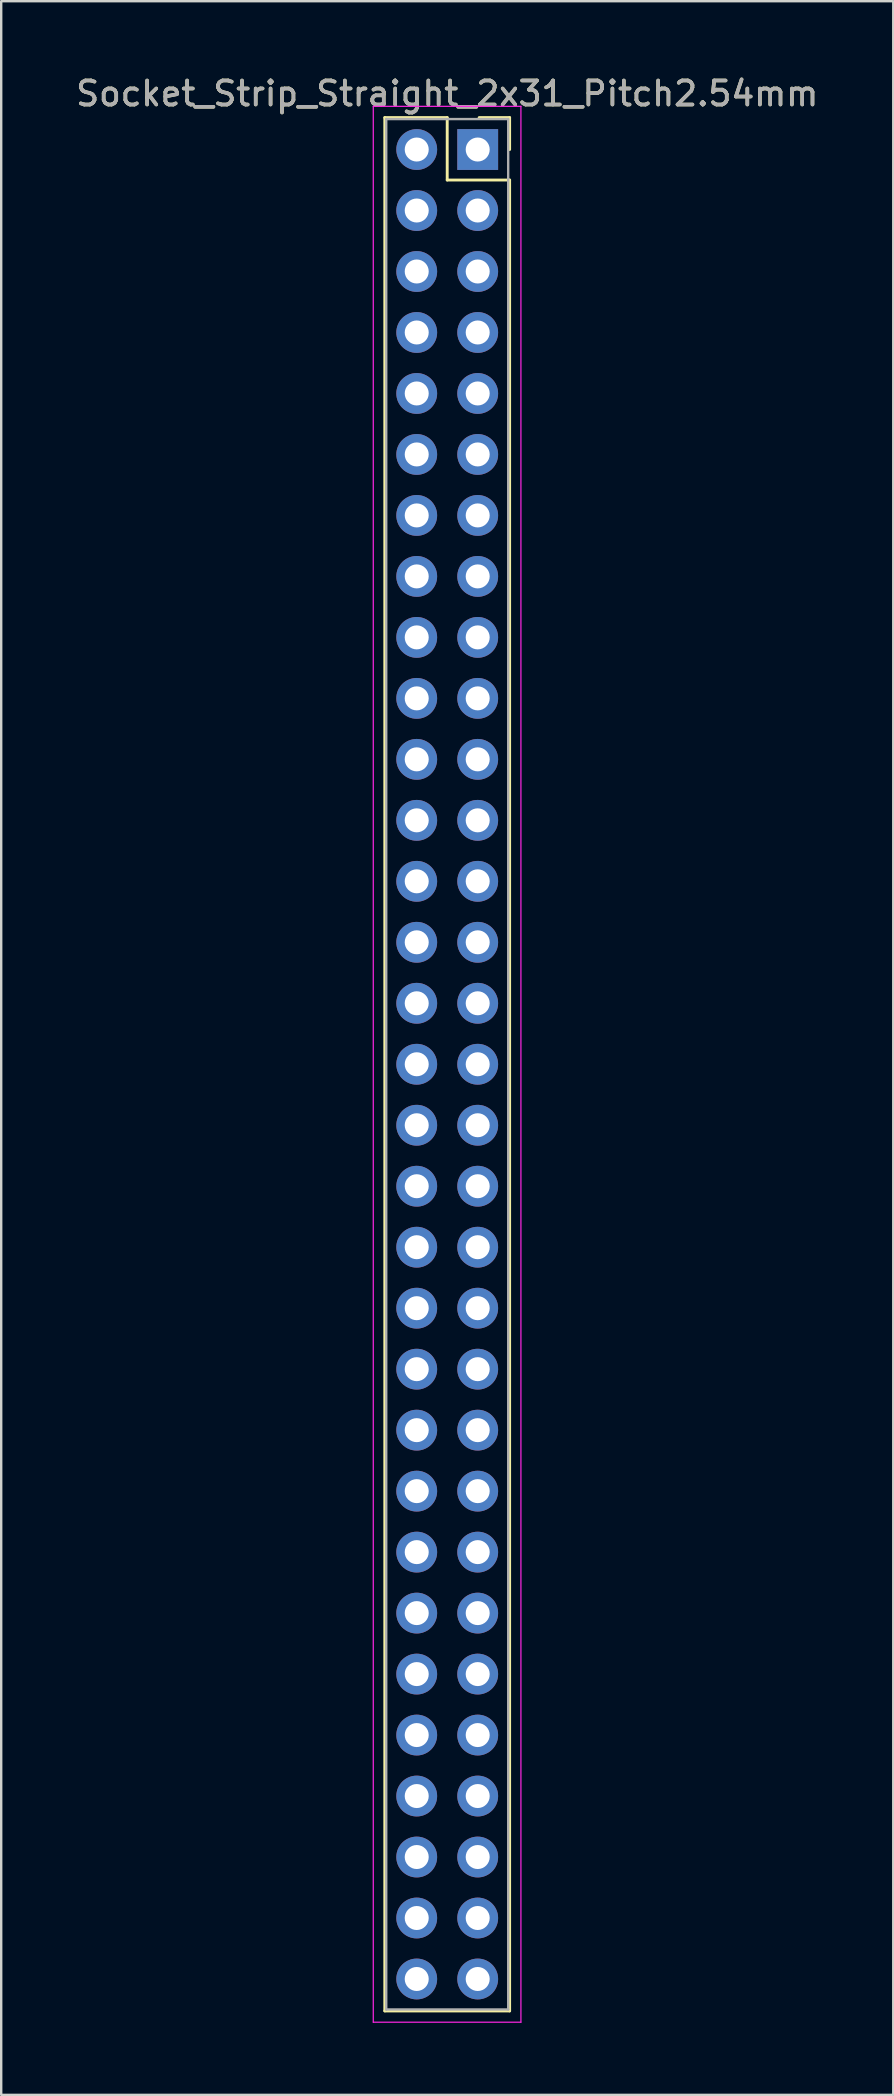
<source format=kicad_pcb>
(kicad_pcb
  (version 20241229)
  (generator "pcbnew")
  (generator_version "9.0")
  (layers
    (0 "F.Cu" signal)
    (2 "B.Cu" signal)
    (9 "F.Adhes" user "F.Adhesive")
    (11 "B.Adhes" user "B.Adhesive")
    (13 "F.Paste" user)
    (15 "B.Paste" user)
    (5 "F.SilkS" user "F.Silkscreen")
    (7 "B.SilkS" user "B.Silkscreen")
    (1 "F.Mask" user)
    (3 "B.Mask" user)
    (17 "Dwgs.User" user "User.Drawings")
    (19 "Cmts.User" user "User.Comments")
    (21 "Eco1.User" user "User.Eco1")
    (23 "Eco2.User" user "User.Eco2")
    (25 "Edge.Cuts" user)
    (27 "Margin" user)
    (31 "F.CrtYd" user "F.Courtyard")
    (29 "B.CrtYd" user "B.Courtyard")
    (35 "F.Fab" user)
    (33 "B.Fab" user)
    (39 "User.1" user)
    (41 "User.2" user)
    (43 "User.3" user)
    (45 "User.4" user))
  (footprint "Socket_Strip_Straight_2x31_Pitch2.54mm"
    (layer "F.Cu")
    (at 16.847 3.178)
    (property "Reference" "Socket_Strip_Straight_2x31_Pitch2.54mm" (at -1.27 -2.33 0) (layer "F.SilkS") (effects (font (size 1 1) (thickness 0.15))))
    (attr through_hole)
    (fp_line (start -3.87 -1.33) (end -1.27 -1.33) (stroke (width 0.12) (type solid)) (layer "F.SilkS"))
    (fp_line (start -3.87 77.53) (end -3.87 -1.33) (stroke (width 0.12) (type solid)) (layer "F.SilkS"))
    (fp_line (start -1.27 -1.33) (end -1.27 1.27) (stroke (width 0.12) (type solid)) (layer "F.SilkS"))
    (fp_line (start -1.27 1.27) (end 1.33 1.27) (stroke (width 0.12) (type solid)) (layer "F.SilkS"))
    (fp_line (start 1.33 -1.33) (end 0.06 -1.33) (stroke (width 0.12) (type solid)) (layer "F.SilkS"))
    (fp_line (start 1.33 0) (end 1.33 -1.33) (stroke (width 0.12) (type solid)) (layer "F.SilkS"))
    (fp_line (start 1.33 1.27) (end 1.33 77.53) (stroke (width 0.12) (type solid)) (layer "F.SilkS"))
    (fp_line (start 1.33 77.53) (end -3.87 77.53) (stroke (width 0.12) (type solid)) (layer "F.SilkS"))
    (fp_line (start -4.35 -1.8) (end -4.35 78) (stroke (width 0.05) (type solid)) (layer "F.CrtYd"))
    (fp_line (start -4.35 78) (end 1.8 78) (stroke (width 0.05) (type solid)) (layer "F.CrtYd"))
    (fp_line (start 1.8 -1.8) (end -4.35 -1.8) (stroke (width 0.05) (type solid)) (layer "F.CrtYd"))
    (fp_line (start 1.8 78) (end 1.8 -1.8) (stroke (width 0.05) (type solid)) (layer "F.CrtYd"))
    (fp_line (start -3.81 -1.27) (end -3.81 77.47) (stroke (width 0.1) (type solid)) (layer "F.Fab"))
    (fp_line (start -3.81 77.47) (end 1.27 77.47) (stroke (width 0.1) (type solid)) (layer "F.Fab"))
    (fp_line (start 1.27 -1.27) (end -3.81 -1.27) (stroke (width 0.1) (type solid)) (layer "F.Fab"))
    (fp_line (start 1.27 77.47) (end 1.27 -1.27) (stroke (width 0.1) (type solid)) (layer "F.Fab"))
    (fp_text user "${REFERENCE}" (at -1.27 -2.33 0) (layer "F.Fab") (effects (font (size 1 1) (thickness 0.15))))
    (pad "1" thru_hole rect (at 0 0) (size 1.7 1.7) (drill 1) (layers "*.Cu" "*.Mask"))
    (pad "2" thru_hole oval (at -2.54 0) (size 1.7 1.7) (drill 1) (layers "*.Cu" "*.Mask"))
    (pad "3" thru_hole oval (at 0 2.54) (size 1.7 1.7) (drill 1) (layers "*.Cu" "*.Mask"))
    (pad "4" thru_hole oval (at -2.54 2.54) (size 1.7 1.7) (drill 1) (layers "*.Cu" "*.Mask"))
    (pad "5" thru_hole oval (at 0 5.08) (size 1.7 1.7) (drill 1) (layers "*.Cu" "*.Mask"))
    (pad "6" thru_hole oval (at -2.54 5.08) (size 1.7 1.7) (drill 1) (layers "*.Cu" "*.Mask"))
    (pad "7" thru_hole oval (at 0 7.62) (size 1.7 1.7) (drill 1) (layers "*.Cu" "*.Mask"))
    (pad "8" thru_hole oval (at -2.54 7.62) (size 1.7 1.7) (drill 1) (layers "*.Cu" "*.Mask"))
    (pad "9" thru_hole oval (at 0 10.16) (size 1.7 1.7) (drill 1) (layers "*.Cu" "*.Mask"))
    (pad "10" thru_hole oval (at -2.54 10.16) (size 1.7 1.7) (drill 1) (layers "*.Cu" "*.Mask"))
    (pad "11" thru_hole oval (at 0 12.7) (size 1.7 1.7) (drill 1) (layers "*.Cu" "*.Mask"))
    (pad "12" thru_hole oval (at -2.54 12.7) (size 1.7 1.7) (drill 1) (layers "*.Cu" "*.Mask"))
    (pad "13" thru_hole oval (at 0 15.24) (size 1.7 1.7) (drill 1) (layers "*.Cu" "*.Mask"))
    (pad "14" thru_hole oval (at -2.54 15.24) (size 1.7 1.7) (drill 1) (layers "*.Cu" "*.Mask"))
    (pad "15" thru_hole oval (at 0 17.78) (size 1.7 1.7) (drill 1) (layers "*.Cu" "*.Mask"))
    (pad "16" thru_hole oval (at -2.54 17.78) (size 1.7 1.7) (drill 1) (layers "*.Cu" "*.Mask"))
    (pad "17" thru_hole oval (at 0 20.32) (size 1.7 1.7) (drill 1) (layers "*.Cu" "*.Mask"))
    (pad "18" thru_hole oval (at -2.54 20.32) (size 1.7 1.7) (drill 1) (layers "*.Cu" "*.Mask"))
    (pad "19" thru_hole oval (at 0 22.86) (size 1.7 1.7) (drill 1) (layers "*.Cu" "*.Mask"))
    (pad "20" thru_hole oval (at -2.54 22.86) (size 1.7 1.7) (drill 1) (layers "*.Cu" "*.Mask"))
    (pad "21" thru_hole oval (at 0 25.4) (size 1.7 1.7) (drill 1) (layers "*.Cu" "*.Mask"))
    (pad "22" thru_hole oval (at -2.54 25.4) (size 1.7 1.7) (drill 1) (layers "*.Cu" "*.Mask"))
    (pad "23" thru_hole oval (at 0 27.94) (size 1.7 1.7) (drill 1) (layers "*.Cu" "*.Mask"))
    (pad "24" thru_hole oval (at -2.54 27.94) (size 1.7 1.7) (drill 1) (layers "*.Cu" "*.Mask"))
    (pad "25" thru_hole oval (at 0 30.48) (size 1.7 1.7) (drill 1) (layers "*.Cu" "*.Mask"))
    (pad "26" thru_hole oval (at -2.54 30.48) (size 1.7 1.7) (drill 1) (layers "*.Cu" "*.Mask"))
    (pad "27" thru_hole oval (at 0 33.02) (size 1.7 1.7) (drill 1) (layers "*.Cu" "*.Mask"))
    (pad "28" thru_hole oval (at -2.54 33.02) (size 1.7 1.7) (drill 1) (layers "*.Cu" "*.Mask"))
    (pad "29" thru_hole oval (at 0 35.56) (size 1.7 1.7) (drill 1) (layers "*.Cu" "*.Mask"))
    (pad "30" thru_hole oval (at -2.54 35.56) (size 1.7 1.7) (drill 1) (layers "*.Cu" "*.Mask"))
    (pad "31" thru_hole oval (at 0 38.1) (size 1.7 1.7) (drill 1) (layers "*.Cu" "*.Mask"))
    (pad "32" thru_hole oval (at -2.54 38.1) (size 1.7 1.7) (drill 1) (layers "*.Cu" "*.Mask"))
    (pad "33" thru_hole oval (at 0 40.64) (size 1.7 1.7) (drill 1) (layers "*.Cu" "*.Mask"))
    (pad "34" thru_hole oval (at -2.54 40.64) (size 1.7 1.7) (drill 1) (layers "*.Cu" "*.Mask"))
    (pad "35" thru_hole oval (at 0 43.18) (size 1.7 1.7) (drill 1) (layers "*.Cu" "*.Mask"))
    (pad "36" thru_hole oval (at -2.54 43.18) (size 1.7 1.7) (drill 1) (layers "*.Cu" "*.Mask"))
    (pad "37" thru_hole oval (at 0 45.72) (size 1.7 1.7) (drill 1) (layers "*.Cu" "*.Mask"))
    (pad "38" thru_hole oval (at -2.54 45.72) (size 1.7 1.7) (drill 1) (layers "*.Cu" "*.Mask"))
    (pad "39" thru_hole oval (at 0 48.26) (size 1.7 1.7) (drill 1) (layers "*.Cu" "*.Mask"))
    (pad "40" thru_hole oval (at -2.54 48.26) (size 1.7 1.7) (drill 1) (layers "*.Cu" "*.Mask"))
    (pad "41" thru_hole oval (at 0 50.8) (size 1.7 1.7) (drill 1) (layers "*.Cu" "*.Mask"))
    (pad "42" thru_hole oval (at -2.54 50.8) (size 1.7 1.7) (drill 1) (layers "*.Cu" "*.Mask"))
    (pad "43" thru_hole oval (at 0 53.34) (size 1.7 1.7) (drill 1) (layers "*.Cu" "*.Mask"))
    (pad "44" thru_hole oval (at -2.54 53.34) (size 1.7 1.7) (drill 1) (layers "*.Cu" "*.Mask"))
    (pad "45" thru_hole oval (at 0 55.88) (size 1.7 1.7) (drill 1) (layers "*.Cu" "*.Mask"))
    (pad "46" thru_hole oval (at -2.54 55.88) (size 1.7 1.7) (drill 1) (layers "*.Cu" "*.Mask"))
    (pad "47" thru_hole oval (at 0 58.42) (size 1.7 1.7) (drill 1) (layers "*.Cu" "*.Mask"))
    (pad "48" thru_hole oval (at -2.54 58.42) (size 1.7 1.7) (drill 1) (layers "*.Cu" "*.Mask"))
    (pad "49" thru_hole oval (at 0 60.96) (size 1.7 1.7) (drill 1) (layers "*.Cu" "*.Mask"))
    (pad "50" thru_hole oval (at -2.54 60.96) (size 1.7 1.7) (drill 1) (layers "*.Cu" "*.Mask"))
    (pad "51" thru_hole oval (at 0 63.5) (size 1.7 1.7) (drill 1) (layers "*.Cu" "*.Mask"))
    (pad "52" thru_hole oval (at -2.54 63.5) (size 1.7 1.7) (drill 1) (layers "*.Cu" "*.Mask"))
    (pad "53" thru_hole oval (at 0 66.04) (size 1.7 1.7) (drill 1) (layers "*.Cu" "*.Mask"))
    (pad "54" thru_hole oval (at -2.54 66.04) (size 1.7 1.7) (drill 1) (layers "*.Cu" "*.Mask"))
    (pad "55" thru_hole oval (at 0 68.58) (size 1.7 1.7) (drill 1) (layers "*.Cu" "*.Mask"))
    (pad "56" thru_hole oval (at -2.54 68.58) (size 1.7 1.7) (drill 1) (layers "*.Cu" "*.Mask"))
    (pad "57" thru_hole oval (at 0 71.12) (size 1.7 1.7) (drill 1) (layers "*.Cu" "*.Mask"))
    (pad "58" thru_hole oval (at -2.54 71.12) (size 1.7 1.7) (drill 1) (layers "*.Cu" "*.Mask"))
    (pad "59" thru_hole oval (at 0 73.66) (size 1.7 1.7) (drill 1) (layers "*.Cu" "*.Mask"))
    (pad "60" thru_hole oval (at -2.54 73.66) (size 1.7 1.7) (drill 1) (layers "*.Cu" "*.Mask"))
    (pad "61" thru_hole oval (at 0 76.2) (size 1.7 1.7) (drill 1) (layers "*.Cu" "*.Mask"))
    (pad "62" thru_hole oval (at -2.54 76.2) (size 1.7 1.7) (drill 1) (layers "*.Cu" "*.Mask")))
  (gr_rect
    (start -3 -3)
    (end 34.155 84.203)
    (stroke (width 0.1) (type default))
    (fill no)
    (layer "Edge.Cuts")))
</source>
